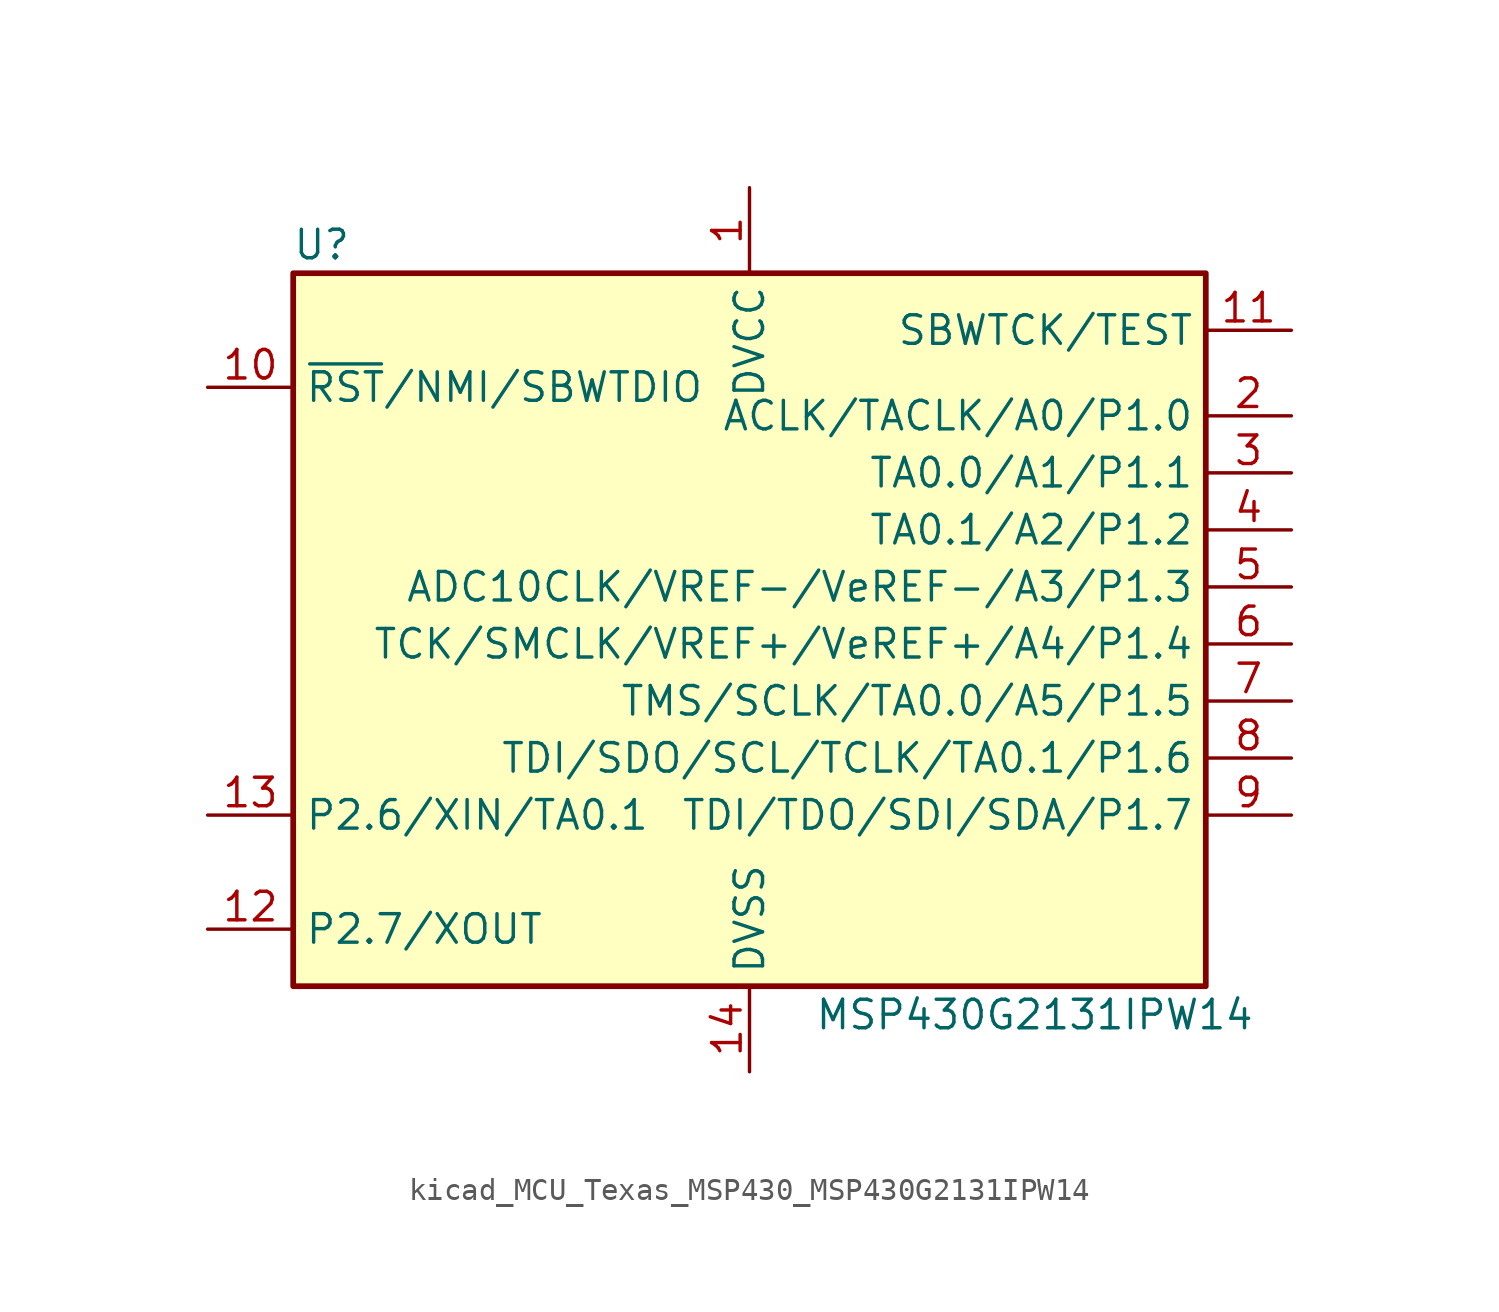
<source format=kicad_sym>
(kicad_symbol_lib
  (version 20220914)
  (generator kicad_symbol_editor)
  (symbol "kicad_MCU_Texas_MSP430_MSP430G2131IPW14"
    (property "Reference" "U"
      (at -19.05 17.78 0)
      (effects (font (size 1.27 1.27))))
    (property "Value" "MSP430G2131IPW14"
      (at 12.7 -16.51 0)
      (effects (font (size 1.27 1.27))))
    (symbol "kicad_MCU_Texas_MSP430_MSP430G2131IPW14_0_1"
      (rectangle (start -20.32 16.51) (end 20.32 -15.24) (stroke (width 0.254) (type default)) (fill (type background))))
    (symbol "kicad_MCU_Texas_MSP430_MSP430G2131IPW14_1_1"
      (pin power_in line (at 0 20.32 270) (length 3.81) (name "DVCC" (effects (font (size 1.27 1.27)))) (number "1" (effects (font (size 1.27 1.27)))))
      (pin input line (at -24.13 11.43 0) (length 3.81) (name "~{RST}/NMI/SBWTDIO" (effects (font (size 1.27 1.27)))) (number "10" (effects (font (size 1.27 1.27)))))
      (pin input line (at 24.13 13.97 180) (length 3.81) (name "SBWTCK/TEST" (effects (font (size 1.27 1.27)))) (number "11" (effects (font (size 1.27 1.27)))))
      (pin bidirectional line (at -24.13 -12.7 0) (length 3.81) (name "P2.7/XOUT" (effects (font (size 1.27 1.27)))) (number "12" (effects (font (size 1.27 1.27)))))
      (pin bidirectional line (at -24.13 -7.62 0) (length 3.81) (name "P2.6/XIN/TA0.1" (effects (font (size 1.27 1.27)))) (number "13" (effects (font (size 1.27 1.27)))))
      (pin power_in line (at 0 -19.05 90) (length 3.81) (name "DVSS" (effects (font (size 1.27 1.27)))) (number "14" (effects (font (size 1.27 1.27)))))
      (pin bidirectional line (at 24.13 10.16 180) (length 3.81) (name "ACLK/TACLK/A0/P1.0" (effects (font (size 1.27 1.27)))) (number "2" (effects (font (size 1.27 1.27)))))
      (pin bidirectional line (at 24.13 7.62 180) (length 3.81) (name "TA0.0/A1/P1.1" (effects (font (size 1.27 1.27)))) (number "3" (effects (font (size 1.27 1.27)))))
      (pin bidirectional line (at 24.13 5.08 180) (length 3.81) (name "TA0.1/A2/P1.2" (effects (font (size 1.27 1.27)))) (number "4" (effects (font (size 1.27 1.27)))))
      (pin bidirectional line (at 24.13 2.54 180) (length 3.81) (name "ADC10CLK/VREF-/VeREF-/A3/P1.3" (effects (font (size 1.27 1.27)))) (number "5" (effects (font (size 1.27 1.27)))))
      (pin bidirectional line (at 24.13 0 180) (length 3.81) (name "TCK/SMCLK/VREF+/VeREF+/A4/P1.4" (effects (font (size 1.27 1.27)))) (number "6" (effects (font (size 1.27 1.27)))))
      (pin bidirectional line (at 24.13 -2.54 180) (length 3.81) (name "TMS/SCLK/TA0.0/A5/P1.5" (effects (font (size 1.27 1.27)))) (number "7" (effects (font (size 1.27 1.27)))))
      (pin bidirectional line (at 24.13 -5.08 180) (length 3.81) (name "TDI/SDO/SCL/TCLK/TA0.1/P1.6" (effects (font (size 1.27 1.27)))) (number "8" (effects (font (size 1.27 1.27)))))
      (pin bidirectional line (at 24.13 -7.62 180) (length 3.81) (name "TDI/TDO/SDI/SDA/P1.7" (effects (font (size 1.27 1.27)))) (number "9" (effects (font (size 1.27 1.27))))))))
</source>
